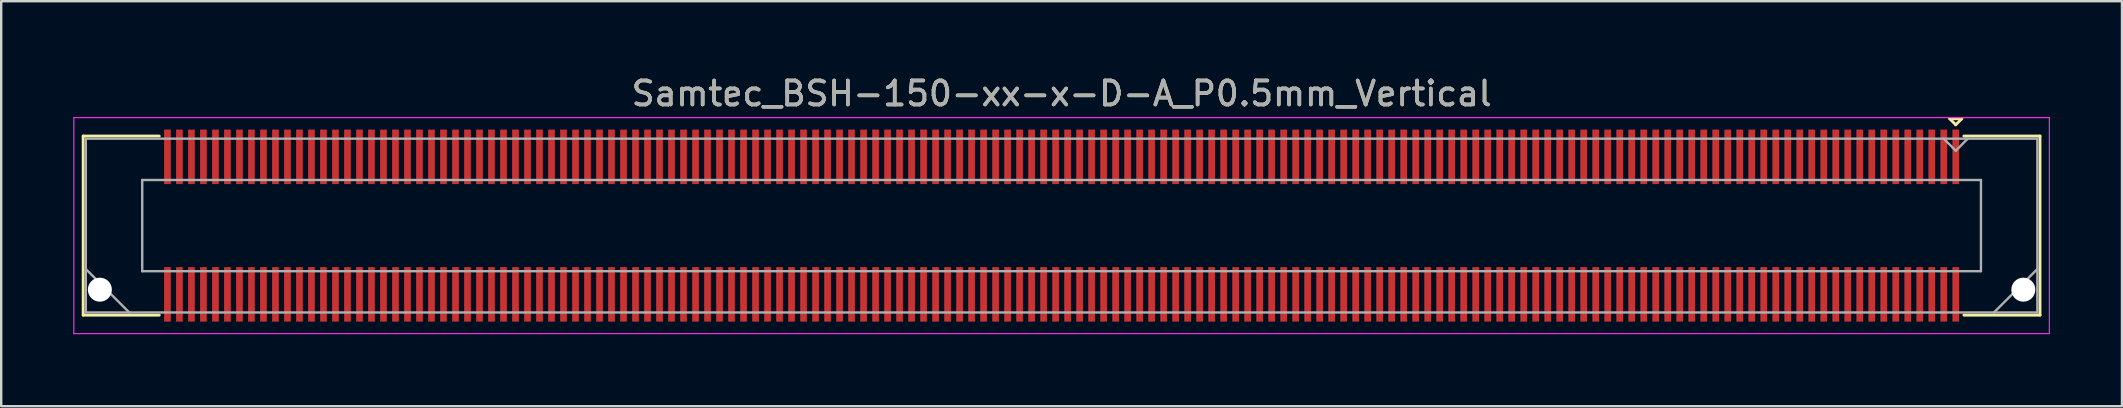
<source format=kicad_pcb>
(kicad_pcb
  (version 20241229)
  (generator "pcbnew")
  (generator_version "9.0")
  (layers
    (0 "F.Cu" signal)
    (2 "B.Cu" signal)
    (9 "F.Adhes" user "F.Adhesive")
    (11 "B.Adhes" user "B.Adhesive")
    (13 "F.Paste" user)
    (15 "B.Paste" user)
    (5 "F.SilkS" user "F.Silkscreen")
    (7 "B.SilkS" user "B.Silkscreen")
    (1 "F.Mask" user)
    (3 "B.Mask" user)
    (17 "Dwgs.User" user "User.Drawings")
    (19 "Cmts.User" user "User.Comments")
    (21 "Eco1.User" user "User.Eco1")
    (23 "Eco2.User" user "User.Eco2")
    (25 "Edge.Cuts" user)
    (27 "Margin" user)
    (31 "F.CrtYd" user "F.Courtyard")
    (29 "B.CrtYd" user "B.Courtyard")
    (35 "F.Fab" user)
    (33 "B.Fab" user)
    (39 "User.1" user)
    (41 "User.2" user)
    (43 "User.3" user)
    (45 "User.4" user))
  (footprint "Samtec_BSH-150-xx-x-D-A_P0.5mm_Vertical"
    (layer "F.Cu")
    (at 41.175 6.348)
    (property "Reference" "Samtec_BSH-150-xx-x-D-A_P0.5mm_Vertical" (at 0 -5.5 0) (layer "F.SilkS") (effects (font (size 1 1) (thickness 0.15))))
    (attr smd)
    (fp_line (start -40.76 -3.73) (end -37.59 -3.73) (stroke (width 0.12) (type solid)) (layer "F.SilkS"))
    (fp_line (start -40.76 3.73) (end -40.76 -3.73) (stroke (width 0.12) (type solid)) (layer "F.SilkS"))
    (fp_line (start -37.59 3.73) (end -40.76 3.73) (stroke (width 0.12) (type solid)) (layer "F.SilkS"))
    (fp_line (start 37 -4.45) (end 37.5 -4.45) (stroke (width 0.12) (type solid)) (layer "F.SilkS"))
    (fp_line (start 37.25 -4.2) (end 37 -4.45) (stroke (width 0.12) (type solid)) (layer "F.SilkS"))
    (fp_line (start 37.5 -4.45) (end 37.25 -4.2) (stroke (width 0.12) (type solid)) (layer "F.SilkS"))
    (fp_line (start 37.59 3.73) (end 40.76 3.73) (stroke (width 0.12) (type solid)) (layer "F.SilkS"))
    (fp_line (start 40.76 -3.73) (end 37.59 -3.73) (stroke (width 0.12) (type solid)) (layer "F.SilkS"))
    (fp_line (start 40.76 3.73) (end 40.76 -3.73) (stroke (width 0.12) (type solid)) (layer "F.SilkS"))
    (fp_line (start -41.15 -4.5) (end -41.15 4.5) (stroke (width 0.05) (type solid)) (layer "F.CrtYd"))
    (fp_line (start -41.15 4.5) (end 41.15 4.5) (stroke (width 0.05) (type solid)) (layer "F.CrtYd"))
    (fp_line (start 41.15 -4.5) (end -41.15 -4.5) (stroke (width 0.05) (type solid)) (layer "F.CrtYd"))
    (fp_line (start 41.15 4.5) (end 41.15 -4.5) (stroke (width 0.05) (type solid)) (layer "F.CrtYd"))
    (fp_line (start -40.65 -3.62) (end -40.65 3.62) (stroke (width 0.1) (type solid)) (layer "F.Fab"))
    (fp_line (start -40.65 1.81) (end -38.84 3.62) (stroke (width 0.1) (type solid)) (layer "F.Fab"))
    (fp_line (start -40.65 3.62) (end 40.65 3.62) (stroke (width 0.1) (type solid)) (layer "F.Fab"))
    (fp_line (start -38.3 -1.9) (end -38.3 1.9) (stroke (width 0.1) (type solid)) (layer "F.Fab"))
    (fp_line (start -38.3 1.9) (end 38.3 1.9) (stroke (width 0.1) (type solid)) (layer "F.Fab"))
    (fp_line (start 37.25 -3.12) (end 36.75 -3.62) (stroke (width 0.1) (type solid)) (layer "F.Fab"))
    (fp_line (start 37.75 -3.62) (end 37.25 -3.12) (stroke (width 0.1) (type solid)) (layer "F.Fab"))
    (fp_line (start 38.3 -1.9) (end -38.3 -1.9) (stroke (width 0.1) (type solid)) (layer "F.Fab"))
    (fp_line (start 38.3 1.9) (end 38.3 -1.9) (stroke (width 0.1) (type solid)) (layer "F.Fab"))
    (fp_line (start 40.65 -3.62) (end -40.65 -3.62) (stroke (width 0.1) (type solid)) (layer "F.Fab"))
    (fp_line (start 40.65 1.81) (end 38.84 3.62) (stroke (width 0.1) (type solid)) (layer "F.Fab"))
    (fp_line (start 40.65 3.62) (end 40.65 -3.62) (stroke (width 0.1) (type solid)) (layer "F.Fab"))
    (fp_text user "${REFERENCE}" (at 0 -5.5 0) (layer "F.Fab") (effects (font (size 1 1) (thickness 0.15))))
    (pad "" np_thru_hole circle (at -40.065 2.67) (size 1 1) (drill 1) (layers "*.Cu" "*.Mask"))
    (pad "" np_thru_hole circle (at 40.065 2.67) (size 1 1) (drill 1) (layers "*.Cu" "*.Mask"))
    (pad "1" smd rect (at 37.25 -2.865) (size 0.279 2.27) (layers "F.Cu" "F.Mask" "F.Paste"))
    (pad "2" smd rect (at 37.25 2.865) (size 0.279 2.27) (layers "F.Cu" "F.Mask" "F.Paste"))
    (pad "3" smd rect (at 36.75 -2.865) (size 0.279 2.27) (layers "F.Cu" "F.Mask" "F.Paste"))
    (pad "4" smd rect (at 36.75 2.865) (size 0.279 2.27) (layers "F.Cu" "F.Mask" "F.Paste"))
    (pad "5" smd rect (at 36.25 -2.865) (size 0.279 2.27) (layers "F.Cu" "F.Mask" "F.Paste"))
    (pad "6" smd rect (at 36.25 2.865) (size 0.279 2.27) (layers "F.Cu" "F.Mask" "F.Paste"))
    (pad "7" smd rect (at 35.75 -2.865) (size 0.279 2.27) (layers "F.Cu" "F.Mask" "F.Paste"))
    (pad "8" smd rect (at 35.75 2.865) (size 0.279 2.27) (layers "F.Cu" "F.Mask" "F.Paste"))
    (pad "9" smd rect (at 35.25 -2.865) (size 0.279 2.27) (layers "F.Cu" "F.Mask" "F.Paste"))
    (pad "10" smd rect (at 35.25 2.865) (size 0.279 2.27) (layers "F.Cu" "F.Mask" "F.Paste"))
    (pad "11" smd rect (at 34.75 -2.865) (size 0.279 2.27) (layers "F.Cu" "F.Mask" "F.Paste"))
    (pad "12" smd rect (at 34.75 2.865) (size 0.279 2.27) (layers "F.Cu" "F.Mask" "F.Paste"))
    (pad "13" smd rect (at 34.25 -2.865) (size 0.279 2.27) (layers "F.Cu" "F.Mask" "F.Paste"))
    (pad "14" smd rect (at 34.25 2.865) (size 0.279 2.27) (layers "F.Cu" "F.Mask" "F.Paste"))
    (pad "15" smd rect (at 33.75 -2.865) (size 0.279 2.27) (layers "F.Cu" "F.Mask" "F.Paste"))
    (pad "16" smd rect (at 33.75 2.865) (size 0.279 2.27) (layers "F.Cu" "F.Mask" "F.Paste"))
    (pad "17" smd rect (at 33.25 -2.865) (size 0.279 2.27) (layers "F.Cu" "F.Mask" "F.Paste"))
    (pad "18" smd rect (at 33.25 2.865) (size 0.279 2.27) (layers "F.Cu" "F.Mask" "F.Paste"))
    (pad "19" smd rect (at 32.75 -2.865) (size 0.279 2.27) (layers "F.Cu" "F.Mask" "F.Paste"))
    (pad "20" smd rect (at 32.75 2.865) (size 0.279 2.27) (layers "F.Cu" "F.Mask" "F.Paste"))
    (pad "21" smd rect (at 32.25 -2.865) (size 0.279 2.27) (layers "F.Cu" "F.Mask" "F.Paste"))
    (pad "22" smd rect (at 32.25 2.865) (size 0.279 2.27) (layers "F.Cu" "F.Mask" "F.Paste"))
    (pad "23" smd rect (at 31.75 -2.865) (size 0.279 2.27) (layers "F.Cu" "F.Mask" "F.Paste"))
    (pad "24" smd rect (at 31.75 2.865) (size 0.279 2.27) (layers "F.Cu" "F.Mask" "F.Paste"))
    (pad "25" smd rect (at 31.25 -2.865) (size 0.279 2.27) (layers "F.Cu" "F.Mask" "F.Paste"))
    (pad "26" smd rect (at 31.25 2.865) (size 0.279 2.27) (layers "F.Cu" "F.Mask" "F.Paste"))
    (pad "27" smd rect (at 30.75 -2.865) (size 0.279 2.27) (layers "F.Cu" "F.Mask" "F.Paste"))
    (pad "28" smd rect (at 30.75 2.865) (size 0.279 2.27) (layers "F.Cu" "F.Mask" "F.Paste"))
    (pad "29" smd rect (at 30.25 -2.865) (size 0.279 2.27) (layers "F.Cu" "F.Mask" "F.Paste"))
    (pad "30" smd rect (at 30.25 2.865) (size 0.279 2.27) (layers "F.Cu" "F.Mask" "F.Paste"))
    (pad "31" smd rect (at 29.75 -2.865) (size 0.279 2.27) (layers "F.Cu" "F.Mask" "F.Paste"))
    (pad "32" smd rect (at 29.75 2.865) (size 0.279 2.27) (layers "F.Cu" "F.Mask" "F.Paste"))
    (pad "33" smd rect (at 29.25 -2.865) (size 0.279 2.27) (layers "F.Cu" "F.Mask" "F.Paste"))
    (pad "34" smd rect (at 29.25 2.865) (size 0.279 2.27) (layers "F.Cu" "F.Mask" "F.Paste"))
    (pad "35" smd rect (at 28.75 -2.865) (size 0.279 2.27) (layers "F.Cu" "F.Mask" "F.Paste"))
    (pad "36" smd rect (at 28.75 2.865) (size 0.279 2.27) (layers "F.Cu" "F.Mask" "F.Paste"))
    (pad "37" smd rect (at 28.25 -2.865) (size 0.279 2.27) (layers "F.Cu" "F.Mask" "F.Paste"))
    (pad "38" smd rect (at 28.25 2.865) (size 0.279 2.27) (layers "F.Cu" "F.Mask" "F.Paste"))
    (pad "39" smd rect (at 27.75 -2.865) (size 0.279 2.27) (layers "F.Cu" "F.Mask" "F.Paste"))
    (pad "40" smd rect (at 27.75 2.865) (size 0.279 2.27) (layers "F.Cu" "F.Mask" "F.Paste"))
    (pad "41" smd rect (at 27.25 -2.865) (size 0.279 2.27) (layers "F.Cu" "F.Mask" "F.Paste"))
    (pad "42" smd rect (at 27.25 2.865) (size 0.279 2.27) (layers "F.Cu" "F.Mask" "F.Paste"))
    (pad "43" smd rect (at 26.75 -2.865) (size 0.279 2.27) (layers "F.Cu" "F.Mask" "F.Paste"))
    (pad "44" smd rect (at 26.75 2.865) (size 0.279 2.27) (layers "F.Cu" "F.Mask" "F.Paste"))
    (pad "45" smd rect (at 26.25 -2.865) (size 0.279 2.27) (layers "F.Cu" "F.Mask" "F.Paste"))
    (pad "46" smd rect (at 26.25 2.865) (size 0.279 2.27) (layers "F.Cu" "F.Mask" "F.Paste"))
    (pad "47" smd rect (at 25.75 -2.865) (size 0.279 2.27) (layers "F.Cu" "F.Mask" "F.Paste"))
    (pad "48" smd rect (at 25.75 2.865) (size 0.279 2.27) (layers "F.Cu" "F.Mask" "F.Paste"))
    (pad "49" smd rect (at 25.25 -2.865) (size 0.279 2.27) (layers "F.Cu" "F.Mask" "F.Paste"))
    (pad "50" smd rect (at 25.25 2.865) (size 0.279 2.27) (layers "F.Cu" "F.Mask" "F.Paste"))
    (pad "51" smd rect (at 24.75 -2.865) (size 0.279 2.27) (layers "F.Cu" "F.Mask" "F.Paste"))
    (pad "52" smd rect (at 24.75 2.865) (size 0.279 2.27) (layers "F.Cu" "F.Mask" "F.Paste"))
    (pad "53" smd rect (at 24.25 -2.865) (size 0.279 2.27) (layers "F.Cu" "F.Mask" "F.Paste"))
    (pad "54" smd rect (at 24.25 2.865) (size 0.279 2.27) (layers "F.Cu" "F.Mask" "F.Paste"))
    (pad "55" smd rect (at 23.75 -2.865) (size 0.279 2.27) (layers "F.Cu" "F.Mask" "F.Paste"))
    (pad "56" smd rect (at 23.75 2.865) (size 0.279 2.27) (layers "F.Cu" "F.Mask" "F.Paste"))
    (pad "57" smd rect (at 23.25 -2.865) (size 0.279 2.27) (layers "F.Cu" "F.Mask" "F.Paste"))
    (pad "58" smd rect (at 23.25 2.865) (size 0.279 2.27) (layers "F.Cu" "F.Mask" "F.Paste"))
    (pad "59" smd rect (at 22.75 -2.865) (size 0.279 2.27) (layers "F.Cu" "F.Mask" "F.Paste"))
    (pad "60" smd rect (at 22.75 2.865) (size 0.279 2.27) (layers "F.Cu" "F.Mask" "F.Paste"))
    (pad "61" smd rect (at 22.25 -2.865) (size 0.279 2.27) (layers "F.Cu" "F.Mask" "F.Paste"))
    (pad "62" smd rect (at 22.25 2.865) (size 0.279 2.27) (layers "F.Cu" "F.Mask" "F.Paste"))
    (pad "63" smd rect (at 21.75 -2.865) (size 0.279 2.27) (layers "F.Cu" "F.Mask" "F.Paste"))
    (pad "64" smd rect (at 21.75 2.865) (size 0.279 2.27) (layers "F.Cu" "F.Mask" "F.Paste"))
    (pad "65" smd rect (at 21.25 -2.865) (size 0.279 2.27) (layers "F.Cu" "F.Mask" "F.Paste"))
    (pad "66" smd rect (at 21.25 2.865) (size 0.279 2.27) (layers "F.Cu" "F.Mask" "F.Paste"))
    (pad "67" smd rect (at 20.75 -2.865) (size 0.279 2.27) (layers "F.Cu" "F.Mask" "F.Paste"))
    (pad "68" smd rect (at 20.75 2.865) (size 0.279 2.27) (layers "F.Cu" "F.Mask" "F.Paste"))
    (pad "69" smd rect (at 20.25 -2.865) (size 0.279 2.27) (layers "F.Cu" "F.Mask" "F.Paste"))
    (pad "70" smd rect (at 20.25 2.865) (size 0.279 2.27) (layers "F.Cu" "F.Mask" "F.Paste"))
    (pad "71" smd rect (at 19.75 -2.865) (size 0.279 2.27) (layers "F.Cu" "F.Mask" "F.Paste"))
    (pad "72" smd rect (at 19.75 2.865) (size 0.279 2.27) (layers "F.Cu" "F.Mask" "F.Paste"))
    (pad "73" smd rect (at 19.25 -2.865) (size 0.279 2.27) (layers "F.Cu" "F.Mask" "F.Paste"))
    (pad "74" smd rect (at 19.25 2.865) (size 0.279 2.27) (layers "F.Cu" "F.Mask" "F.Paste"))
    (pad "75" smd rect (at 18.75 -2.865) (size 0.279 2.27) (layers "F.Cu" "F.Mask" "F.Paste"))
    (pad "76" smd rect (at 18.75 2.865) (size 0.279 2.27) (layers "F.Cu" "F.Mask" "F.Paste"))
    (pad "77" smd rect (at 18.25 -2.865) (size 0.279 2.27) (layers "F.Cu" "F.Mask" "F.Paste"))
    (pad "78" smd rect (at 18.25 2.865) (size 0.279 2.27) (layers "F.Cu" "F.Mask" "F.Paste"))
    (pad "79" smd rect (at 17.75 -2.865) (size 0.279 2.27) (layers "F.Cu" "F.Mask" "F.Paste"))
    (pad "80" smd rect (at 17.75 2.865) (size 0.279 2.27) (layers "F.Cu" "F.Mask" "F.Paste"))
    (pad "81" smd rect (at 17.25 -2.865) (size 0.279 2.27) (layers "F.Cu" "F.Mask" "F.Paste"))
    (pad "82" smd rect (at 17.25 2.865) (size 0.279 2.27) (layers "F.Cu" "F.Mask" "F.Paste"))
    (pad "83" smd rect (at 16.75 -2.865) (size 0.279 2.27) (layers "F.Cu" "F.Mask" "F.Paste"))
    (pad "84" smd rect (at 16.75 2.865) (size 0.279 2.27) (layers "F.Cu" "F.Mask" "F.Paste"))
    (pad "85" smd rect (at 16.25 -2.865) (size 0.279 2.27) (layers "F.Cu" "F.Mask" "F.Paste"))
    (pad "86" smd rect (at 16.25 2.865) (size 0.279 2.27) (layers "F.Cu" "F.Mask" "F.Paste"))
    (pad "87" smd rect (at 15.75 -2.865) (size 0.279 2.27) (layers "F.Cu" "F.Mask" "F.Paste"))
    (pad "88" smd rect (at 15.75 2.865) (size 0.279 2.27) (layers "F.Cu" "F.Mask" "F.Paste"))
    (pad "89" smd rect (at 15.25 -2.865) (size 0.279 2.27) (layers "F.Cu" "F.Mask" "F.Paste"))
    (pad "90" smd rect (at 15.25 2.865) (size 0.279 2.27) (layers "F.Cu" "F.Mask" "F.Paste"))
    (pad "91" smd rect (at 14.75 -2.865) (size 0.279 2.27) (layers "F.Cu" "F.Mask" "F.Paste"))
    (pad "92" smd rect (at 14.75 2.865) (size 0.279 2.27) (layers "F.Cu" "F.Mask" "F.Paste"))
    (pad "93" smd rect (at 14.25 -2.865) (size 0.279 2.27) (layers "F.Cu" "F.Mask" "F.Paste"))
    (pad "94" smd rect (at 14.25 2.865) (size 0.279 2.27) (layers "F.Cu" "F.Mask" "F.Paste"))
    (pad "95" smd rect (at 13.75 -2.865) (size 0.279 2.27) (layers "F.Cu" "F.Mask" "F.Paste"))
    (pad "96" smd rect (at 13.75 2.865) (size 0.279 2.27) (layers "F.Cu" "F.Mask" "F.Paste"))
    (pad "97" smd rect (at 13.25 -2.865) (size 0.279 2.27) (layers "F.Cu" "F.Mask" "F.Paste"))
    (pad "98" smd rect (at 13.25 2.865) (size 0.279 2.27) (layers "F.Cu" "F.Mask" "F.Paste"))
    (pad "99" smd rect (at 12.75 -2.865) (size 0.279 2.27) (layers "F.Cu" "F.Mask" "F.Paste"))
    (pad "100" smd rect (at 12.75 2.865) (size 0.279 2.27) (layers "F.Cu" "F.Mask" "F.Paste"))
    (pad "101" smd rect (at 12.25 -2.865) (size 0.279 2.27) (layers "F.Cu" "F.Mask" "F.Paste"))
    (pad "102" smd rect (at 12.25 2.865) (size 0.279 2.27) (layers "F.Cu" "F.Mask" "F.Paste"))
    (pad "103" smd rect (at 11.75 -2.865) (size 0.279 2.27) (layers "F.Cu" "F.Mask" "F.Paste"))
    (pad "104" smd rect (at 11.75 2.865) (size 0.279 2.27) (layers "F.Cu" "F.Mask" "F.Paste"))
    (pad "105" smd rect (at 11.25 -2.865) (size 0.279 2.27) (layers "F.Cu" "F.Mask" "F.Paste"))
    (pad "106" smd rect (at 11.25 2.865) (size 0.279 2.27) (layers "F.Cu" "F.Mask" "F.Paste"))
    (pad "107" smd rect (at 10.75 -2.865) (size 0.279 2.27) (layers "F.Cu" "F.Mask" "F.Paste"))
    (pad "108" smd rect (at 10.75 2.865) (size 0.279 2.27) (layers "F.Cu" "F.Mask" "F.Paste"))
    (pad "109" smd rect (at 10.25 -2.865) (size 0.279 2.27) (layers "F.Cu" "F.Mask" "F.Paste"))
    (pad "110" smd rect (at 10.25 2.865) (size 0.279 2.27) (layers "F.Cu" "F.Mask" "F.Paste"))
    (pad "111" smd rect (at 9.75 -2.865) (size 0.279 2.27) (layers "F.Cu" "F.Mask" "F.Paste"))
    (pad "112" smd rect (at 9.75 2.865) (size 0.279 2.27) (layers "F.Cu" "F.Mask" "F.Paste"))
    (pad "113" smd rect (at 9.25 -2.865) (size 0.279 2.27) (layers "F.Cu" "F.Mask" "F.Paste"))
    (pad "114" smd rect (at 9.25 2.865) (size 0.279 2.27) (layers "F.Cu" "F.Mask" "F.Paste"))
    (pad "115" smd rect (at 8.75 -2.865) (size 0.279 2.27) (layers "F.Cu" "F.Mask" "F.Paste"))
    (pad "116" smd rect (at 8.75 2.865) (size 0.279 2.27) (layers "F.Cu" "F.Mask" "F.Paste"))
    (pad "117" smd rect (at 8.25 -2.865) (size 0.279 2.27) (layers "F.Cu" "F.Mask" "F.Paste"))
    (pad "118" smd rect (at 8.25 2.865) (size 0.279 2.27) (layers "F.Cu" "F.Mask" "F.Paste"))
    (pad "119" smd rect (at 7.75 -2.865) (size 0.279 2.27) (layers "F.Cu" "F.Mask" "F.Paste"))
    (pad "120" smd rect (at 7.75 2.865) (size 0.279 2.27) (layers "F.Cu" "F.Mask" "F.Paste"))
    (pad "121" smd rect (at 7.25 -2.865) (size 0.279 2.27) (layers "F.Cu" "F.Mask" "F.Paste"))
    (pad "122" smd rect (at 7.25 2.865) (size 0.279 2.27) (layers "F.Cu" "F.Mask" "F.Paste"))
    (pad "123" smd rect (at 6.75 -2.865) (size 0.279 2.27) (layers "F.Cu" "F.Mask" "F.Paste"))
    (pad "124" smd rect (at 6.75 2.865) (size 0.279 2.27) (layers "F.Cu" "F.Mask" "F.Paste"))
    (pad "125" smd rect (at 6.25 -2.865) (size 0.279 2.27) (layers "F.Cu" "F.Mask" "F.Paste"))
    (pad "126" smd rect (at 6.25 2.865) (size 0.279 2.27) (layers "F.Cu" "F.Mask" "F.Paste"))
    (pad "127" smd rect (at 5.75 -2.865) (size 0.279 2.27) (layers "F.Cu" "F.Mask" "F.Paste"))
    (pad "128" smd rect (at 5.75 2.865) (size 0.279 2.27) (layers "F.Cu" "F.Mask" "F.Paste"))
    (pad "129" smd rect (at 5.25 -2.865) (size 0.279 2.27) (layers "F.Cu" "F.Mask" "F.Paste"))
    (pad "130" smd rect (at 5.25 2.865) (size 0.279 2.27) (layers "F.Cu" "F.Mask" "F.Paste"))
    (pad "131" smd rect (at 4.75 -2.865) (size 0.279 2.27) (layers "F.Cu" "F.Mask" "F.Paste"))
    (pad "132" smd rect (at 4.75 2.865) (size 0.279 2.27) (layers "F.Cu" "F.Mask" "F.Paste"))
    (pad "133" smd rect (at 4.25 -2.865) (size 0.279 2.27) (layers "F.Cu" "F.Mask" "F.Paste"))
    (pad "134" smd rect (at 4.25 2.865) (size 0.279 2.27) (layers "F.Cu" "F.Mask" "F.Paste"))
    (pad "135" smd rect (at 3.75 -2.865) (size 0.279 2.27) (layers "F.Cu" "F.Mask" "F.Paste"))
    (pad "136" smd rect (at 3.75 2.865) (size 0.279 2.27) (layers "F.Cu" "F.Mask" "F.Paste"))
    (pad "137" smd rect (at 3.25 -2.865) (size 0.279 2.27) (layers "F.Cu" "F.Mask" "F.Paste"))
    (pad "138" smd rect (at 3.25 2.865) (size 0.279 2.27) (layers "F.Cu" "F.Mask" "F.Paste"))
    (pad "139" smd rect (at 2.75 -2.865) (size 0.279 2.27) (layers "F.Cu" "F.Mask" "F.Paste"))
    (pad "140" smd rect (at 2.75 2.865) (size 0.279 2.27) (layers "F.Cu" "F.Mask" "F.Paste"))
    (pad "141" smd rect (at 2.25 -2.865) (size 0.279 2.27) (layers "F.Cu" "F.Mask" "F.Paste"))
    (pad "142" smd rect (at 2.25 2.865) (size 0.279 2.27) (layers "F.Cu" "F.Mask" "F.Paste"))
    (pad "143" smd rect (at 1.75 -2.865) (size 0.279 2.27) (layers "F.Cu" "F.Mask" "F.Paste"))
    (pad "144" smd rect (at 1.75 2.865) (size 0.279 2.27) (layers "F.Cu" "F.Mask" "F.Paste"))
    (pad "145" smd rect (at 1.25 -2.865) (size 0.279 2.27) (layers "F.Cu" "F.Mask" "F.Paste"))
    (pad "146" smd rect (at 1.25 2.865) (size 0.279 2.27) (layers "F.Cu" "F.Mask" "F.Paste"))
    (pad "147" smd rect (at 0.75 -2.865) (size 0.279 2.27) (layers "F.Cu" "F.Mask" "F.Paste"))
    (pad "148" smd rect (at 0.75 2.865) (size 0.279 2.27) (layers "F.Cu" "F.Mask" "F.Paste"))
    (pad "149" smd rect (at 0.25 -2.865) (size 0.279 2.27) (layers "F.Cu" "F.Mask" "F.Paste"))
    (pad "150" smd rect (at 0.25 2.865) (size 0.279 2.27) (layers "F.Cu" "F.Mask" "F.Paste"))
    (pad "151" smd rect (at -0.25 -2.865) (size 0.279 2.27) (layers "F.Cu" "F.Mask" "F.Paste"))
    (pad "152" smd rect (at -0.25 2.865) (size 0.279 2.27) (layers "F.Cu" "F.Mask" "F.Paste"))
    (pad "153" smd rect (at -0.75 -2.865) (size 0.279 2.27) (layers "F.Cu" "F.Mask" "F.Paste"))
    (pad "154" smd rect (at -0.75 2.865) (size 0.279 2.27) (layers "F.Cu" "F.Mask" "F.Paste"))
    (pad "155" smd rect (at -1.25 -2.865) (size 0.279 2.27) (layers "F.Cu" "F.Mask" "F.Paste"))
    (pad "156" smd rect (at -1.25 2.865) (size 0.279 2.27) (layers "F.Cu" "F.Mask" "F.Paste"))
    (pad "157" smd rect (at -1.75 -2.865) (size 0.279 2.27) (layers "F.Cu" "F.Mask" "F.Paste"))
    (pad "158" smd rect (at -1.75 2.865) (size 0.279 2.27) (layers "F.Cu" "F.Mask" "F.Paste"))
    (pad "159" smd rect (at -2.25 -2.865) (size 0.279 2.27) (layers "F.Cu" "F.Mask" "F.Paste"))
    (pad "160" smd rect (at -2.25 2.865) (size 0.279 2.27) (layers "F.Cu" "F.Mask" "F.Paste"))
    (pad "161" smd rect (at -2.75 -2.865) (size 0.279 2.27) (layers "F.Cu" "F.Mask" "F.Paste"))
    (pad "162" smd rect (at -2.75 2.865) (size 0.279 2.27) (layers "F.Cu" "F.Mask" "F.Paste"))
    (pad "163" smd rect (at -3.25 -2.865) (size 0.279 2.27) (layers "F.Cu" "F.Mask" "F.Paste"))
    (pad "164" smd rect (at -3.25 2.865) (size 0.279 2.27) (layers "F.Cu" "F.Mask" "F.Paste"))
    (pad "165" smd rect (at -3.75 -2.865) (size 0.279 2.27) (layers "F.Cu" "F.Mask" "F.Paste"))
    (pad "166" smd rect (at -3.75 2.865) (size 0.279 2.27) (layers "F.Cu" "F.Mask" "F.Paste"))
    (pad "167" smd rect (at -4.25 -2.865) (size 0.279 2.27) (layers "F.Cu" "F.Mask" "F.Paste"))
    (pad "168" smd rect (at -4.25 2.865) (size 0.279 2.27) (layers "F.Cu" "F.Mask" "F.Paste"))
    (pad "169" smd rect (at -4.75 -2.865) (size 0.279 2.27) (layers "F.Cu" "F.Mask" "F.Paste"))
    (pad "170" smd rect (at -4.75 2.865) (size 0.279 2.27) (layers "F.Cu" "F.Mask" "F.Paste"))
    (pad "171" smd rect (at -5.25 -2.865) (size 0.279 2.27) (layers "F.Cu" "F.Mask" "F.Paste"))
    (pad "172" smd rect (at -5.25 2.865) (size 0.279 2.27) (layers "F.Cu" "F.Mask" "F.Paste"))
    (pad "173" smd rect (at -5.75 -2.865) (size 0.279 2.27) (layers "F.Cu" "F.Mask" "F.Paste"))
    (pad "174" smd rect (at -5.75 2.865) (size 0.279 2.27) (layers "F.Cu" "F.Mask" "F.Paste"))
    (pad "175" smd rect (at -6.25 -2.865) (size 0.279 2.27) (layers "F.Cu" "F.Mask" "F.Paste"))
    (pad "176" smd rect (at -6.25 2.865) (size 0.279 2.27) (layers "F.Cu" "F.Mask" "F.Paste"))
    (pad "177" smd rect (at -6.75 -2.865) (size 0.279 2.27) (layers "F.Cu" "F.Mask" "F.Paste"))
    (pad "178" smd rect (at -6.75 2.865) (size 0.279 2.27) (layers "F.Cu" "F.Mask" "F.Paste"))
    (pad "179" smd rect (at -7.25 -2.865) (size 0.279 2.27) (layers "F.Cu" "F.Mask" "F.Paste"))
    (pad "180" smd rect (at -7.25 2.865) (size 0.279 2.27) (layers "F.Cu" "F.Mask" "F.Paste"))
    (pad "181" smd rect (at -7.75 -2.865) (size 0.279 2.27) (layers "F.Cu" "F.Mask" "F.Paste"))
    (pad "182" smd rect (at -7.75 2.865) (size 0.279 2.27) (layers "F.Cu" "F.Mask" "F.Paste"))
    (pad "183" smd rect (at -8.25 -2.865) (size 0.279 2.27) (layers "F.Cu" "F.Mask" "F.Paste"))
    (pad "184" smd rect (at -8.25 2.865) (size 0.279 2.27) (layers "F.Cu" "F.Mask" "F.Paste"))
    (pad "185" smd rect (at -8.75 -2.865) (size 0.279 2.27) (layers "F.Cu" "F.Mask" "F.Paste"))
    (pad "186" smd rect (at -8.75 2.865) (size 0.279 2.27) (layers "F.Cu" "F.Mask" "F.Paste"))
    (pad "187" smd rect (at -9.25 -2.865) (size 0.279 2.27) (layers "F.Cu" "F.Mask" "F.Paste"))
    (pad "188" smd rect (at -9.25 2.865) (size 0.279 2.27) (layers "F.Cu" "F.Mask" "F.Paste"))
    (pad "189" smd rect (at -9.75 -2.865) (size 0.279 2.27) (layers "F.Cu" "F.Mask" "F.Paste"))
    (pad "190" smd rect (at -9.75 2.865) (size 0.279 2.27) (layers "F.Cu" "F.Mask" "F.Paste"))
    (pad "191" smd rect (at -10.25 -2.865) (size 0.279 2.27) (layers "F.Cu" "F.Mask" "F.Paste"))
    (pad "192" smd rect (at -10.25 2.865) (size 0.279 2.27) (layers "F.Cu" "F.Mask" "F.Paste"))
    (pad "193" smd rect (at -10.75 -2.865) (size 0.279 2.27) (layers "F.Cu" "F.Mask" "F.Paste"))
    (pad "194" smd rect (at -10.75 2.865) (size 0.279 2.27) (layers "F.Cu" "F.Mask" "F.Paste"))
    (pad "195" smd rect (at -11.25 -2.865) (size 0.279 2.27) (layers "F.Cu" "F.Mask" "F.Paste"))
    (pad "196" smd rect (at -11.25 2.865) (size 0.279 2.27) (layers "F.Cu" "F.Mask" "F.Paste"))
    (pad "197" smd rect (at -11.75 -2.865) (size 0.279 2.27) (layers "F.Cu" "F.Mask" "F.Paste"))
    (pad "198" smd rect (at -11.75 2.865) (size 0.279 2.27) (layers "F.Cu" "F.Mask" "F.Paste"))
    (pad "199" smd rect (at -12.25 -2.865) (size 0.279 2.27) (layers "F.Cu" "F.Mask" "F.Paste"))
    (pad "200" smd rect (at -12.25 2.865) (size 0.279 2.27) (layers "F.Cu" "F.Mask" "F.Paste"))
    (pad "201" smd rect (at -12.75 -2.865) (size 0.279 2.27) (layers "F.Cu" "F.Mask" "F.Paste"))
    (pad "202" smd rect (at -12.75 2.865) (size 0.279 2.27) (layers "F.Cu" "F.Mask" "F.Paste"))
    (pad "203" smd rect (at -13.25 -2.865) (size 0.279 2.27) (layers "F.Cu" "F.Mask" "F.Paste"))
    (pad "204" smd rect (at -13.25 2.865) (size 0.279 2.27) (layers "F.Cu" "F.Mask" "F.Paste"))
    (pad "205" smd rect (at -13.75 -2.865) (size 0.279 2.27) (layers "F.Cu" "F.Mask" "F.Paste"))
    (pad "206" smd rect (at -13.75 2.865) (size 0.279 2.27) (layers "F.Cu" "F.Mask" "F.Paste"))
    (pad "207" smd rect (at -14.25 -2.865) (size 0.279 2.27) (layers "F.Cu" "F.Mask" "F.Paste"))
    (pad "208" smd rect (at -14.25 2.865) (size 0.279 2.27) (layers "F.Cu" "F.Mask" "F.Paste"))
    (pad "209" smd rect (at -14.75 -2.865) (size 0.279 2.27) (layers "F.Cu" "F.Mask" "F.Paste"))
    (pad "210" smd rect (at -14.75 2.865) (size 0.279 2.27) (layers "F.Cu" "F.Mask" "F.Paste"))
    (pad "211" smd rect (at -15.25 -2.865) (size 0.279 2.27) (layers "F.Cu" "F.Mask" "F.Paste"))
    (pad "212" smd rect (at -15.25 2.865) (size 0.279 2.27) (layers "F.Cu" "F.Mask" "F.Paste"))
    (pad "213" smd rect (at -15.75 -2.865) (size 0.279 2.27) (layers "F.Cu" "F.Mask" "F.Paste"))
    (pad "214" smd rect (at -15.75 2.865) (size 0.279 2.27) (layers "F.Cu" "F.Mask" "F.Paste"))
    (pad "215" smd rect (at -16.25 -2.865) (size 0.279 2.27) (layers "F.Cu" "F.Mask" "F.Paste"))
    (pad "216" smd rect (at -16.25 2.865) (size 0.279 2.27) (layers "F.Cu" "F.Mask" "F.Paste"))
    (pad "217" smd rect (at -16.75 -2.865) (size 0.279 2.27) (layers "F.Cu" "F.Mask" "F.Paste"))
    (pad "218" smd rect (at -16.75 2.865) (size 0.279 2.27) (layers "F.Cu" "F.Mask" "F.Paste"))
    (pad "219" smd rect (at -17.25 -2.865) (size 0.279 2.27) (layers "F.Cu" "F.Mask" "F.Paste"))
    (pad "220" smd rect (at -17.25 2.865) (size 0.279 2.27) (layers "F.Cu" "F.Mask" "F.Paste"))
    (pad "221" smd rect (at -17.75 -2.865) (size 0.279 2.27) (layers "F.Cu" "F.Mask" "F.Paste"))
    (pad "222" smd rect (at -17.75 2.865) (size 0.279 2.27) (layers "F.Cu" "F.Mask" "F.Paste"))
    (pad "223" smd rect (at -18.25 -2.865) (size 0.279 2.27) (layers "F.Cu" "F.Mask" "F.Paste"))
    (pad "224" smd rect (at -18.25 2.865) (size 0.279 2.27) (layers "F.Cu" "F.Mask" "F.Paste"))
    (pad "225" smd rect (at -18.75 -2.865) (size 0.279 2.27) (layers "F.Cu" "F.Mask" "F.Paste"))
    (pad "226" smd rect (at -18.75 2.865) (size 0.279 2.27) (layers "F.Cu" "F.Mask" "F.Paste"))
    (pad "227" smd rect (at -19.25 -2.865) (size 0.279 2.27) (layers "F.Cu" "F.Mask" "F.Paste"))
    (pad "228" smd rect (at -19.25 2.865) (size 0.279 2.27) (layers "F.Cu" "F.Mask" "F.Paste"))
    (pad "229" smd rect (at -19.75 -2.865) (size 0.279 2.27) (layers "F.Cu" "F.Mask" "F.Paste"))
    (pad "230" smd rect (at -19.75 2.865) (size 0.279 2.27) (layers "F.Cu" "F.Mask" "F.Paste"))
    (pad "231" smd rect (at -20.25 -2.865) (size 0.279 2.27) (layers "F.Cu" "F.Mask" "F.Paste"))
    (pad "232" smd rect (at -20.25 2.865) (size 0.279 2.27) (layers "F.Cu" "F.Mask" "F.Paste"))
    (pad "233" smd rect (at -20.75 -2.865) (size 0.279 2.27) (layers "F.Cu" "F.Mask" "F.Paste"))
    (pad "234" smd rect (at -20.75 2.865) (size 0.279 2.27) (layers "F.Cu" "F.Mask" "F.Paste"))
    (pad "235" smd rect (at -21.25 -2.865) (size 0.279 2.27) (layers "F.Cu" "F.Mask" "F.Paste"))
    (pad "236" smd rect (at -21.25 2.865) (size 0.279 2.27) (layers "F.Cu" "F.Mask" "F.Paste"))
    (pad "237" smd rect (at -21.75 -2.865) (size 0.279 2.27) (layers "F.Cu" "F.Mask" "F.Paste"))
    (pad "238" smd rect (at -21.75 2.865) (size 0.279 2.27) (layers "F.Cu" "F.Mask" "F.Paste"))
    (pad "239" smd rect (at -22.25 -2.865) (size 0.279 2.27) (layers "F.Cu" "F.Mask" "F.Paste"))
    (pad "240" smd rect (at -22.25 2.865) (size 0.279 2.27) (layers "F.Cu" "F.Mask" "F.Paste"))
    (pad "241" smd rect (at -22.75 -2.865) (size 0.279 2.27) (layers "F.Cu" "F.Mask" "F.Paste"))
    (pad "242" smd rect (at -22.75 2.865) (size 0.279 2.27) (layers "F.Cu" "F.Mask" "F.Paste"))
    (pad "243" smd rect (at -23.25 -2.865) (size 0.279 2.27) (layers "F.Cu" "F.Mask" "F.Paste"))
    (pad "244" smd rect (at -23.25 2.865) (size 0.279 2.27) (layers "F.Cu" "F.Mask" "F.Paste"))
    (pad "245" smd rect (at -23.75 -2.865) (size 0.279 2.27) (layers "F.Cu" "F.Mask" "F.Paste"))
    (pad "246" smd rect (at -23.75 2.865) (size 0.279 2.27) (layers "F.Cu" "F.Mask" "F.Paste"))
    (pad "247" smd rect (at -24.25 -2.865) (size 0.279 2.27) (layers "F.Cu" "F.Mask" "F.Paste"))
    (pad "248" smd rect (at -24.25 2.865) (size 0.279 2.27) (layers "F.Cu" "F.Mask" "F.Paste"))
    (pad "249" smd rect (at -24.75 -2.865) (size 0.279 2.27) (layers "F.Cu" "F.Mask" "F.Paste"))
    (pad "250" smd rect (at -24.75 2.865) (size 0.279 2.27) (layers "F.Cu" "F.Mask" "F.Paste"))
    (pad "251" smd rect (at -25.25 -2.865) (size 0.279 2.27) (layers "F.Cu" "F.Mask" "F.Paste"))
    (pad "252" smd rect (at -25.25 2.865) (size 0.279 2.27) (layers "F.Cu" "F.Mask" "F.Paste"))
    (pad "253" smd rect (at -25.75 -2.865) (size 0.279 2.27) (layers "F.Cu" "F.Mask" "F.Paste"))
    (pad "254" smd rect (at -25.75 2.865) (size 0.279 2.27) (layers "F.Cu" "F.Mask" "F.Paste"))
    (pad "255" smd rect (at -26.25 -2.865) (size 0.279 2.27) (layers "F.Cu" "F.Mask" "F.Paste"))
    (pad "256" smd rect (at -26.25 2.865) (size 0.279 2.27) (layers "F.Cu" "F.Mask" "F.Paste"))
    (pad "257" smd rect (at -26.75 -2.865) (size 0.279 2.27) (layers "F.Cu" "F.Mask" "F.Paste"))
    (pad "258" smd rect (at -26.75 2.865) (size 0.279 2.27) (layers "F.Cu" "F.Mask" "F.Paste"))
    (pad "259" smd rect (at -27.25 -2.865) (size 0.279 2.27) (layers "F.Cu" "F.Mask" "F.Paste"))
    (pad "260" smd rect (at -27.25 2.865) (size 0.279 2.27) (layers "F.Cu" "F.Mask" "F.Paste"))
    (pad "261" smd rect (at -27.75 -2.865) (size 0.279 2.27) (layers "F.Cu" "F.Mask" "F.Paste"))
    (pad "262" smd rect (at -27.75 2.865) (size 0.279 2.27) (layers "F.Cu" "F.Mask" "F.Paste"))
    (pad "263" smd rect (at -28.25 -2.865) (size 0.279 2.27) (layers "F.Cu" "F.Mask" "F.Paste"))
    (pad "264" smd rect (at -28.25 2.865) (size 0.279 2.27) (layers "F.Cu" "F.Mask" "F.Paste"))
    (pad "265" smd rect (at -28.75 -2.865) (size 0.279 2.27) (layers "F.Cu" "F.Mask" "F.Paste"))
    (pad "266" smd rect (at -28.75 2.865) (size 0.279 2.27) (layers "F.Cu" "F.Mask" "F.Paste"))
    (pad "267" smd rect (at -29.25 -2.865) (size 0.279 2.27) (layers "F.Cu" "F.Mask" "F.Paste"))
    (pad "268" smd rect (at -29.25 2.865) (size 0.279 2.27) (layers "F.Cu" "F.Mask" "F.Paste"))
    (pad "269" smd rect (at -29.75 -2.865) (size 0.279 2.27) (layers "F.Cu" "F.Mask" "F.Paste"))
    (pad "270" smd rect (at -29.75 2.865) (size 0.279 2.27) (layers "F.Cu" "F.Mask" "F.Paste"))
    (pad "271" smd rect (at -30.25 -2.865) (size 0.279 2.27) (layers "F.Cu" "F.Mask" "F.Paste"))
    (pad "272" smd rect (at -30.25 2.865) (size 0.279 2.27) (layers "F.Cu" "F.Mask" "F.Paste"))
    (pad "273" smd rect (at -30.75 -2.865) (size 0.279 2.27) (layers "F.Cu" "F.Mask" "F.Paste"))
    (pad "274" smd rect (at -30.75 2.865) (size 0.279 2.27) (layers "F.Cu" "F.Mask" "F.Paste"))
    (pad "275" smd rect (at -31.25 -2.865) (size 0.279 2.27) (layers "F.Cu" "F.Mask" "F.Paste"))
    (pad "276" smd rect (at -31.25 2.865) (size 0.279 2.27) (layers "F.Cu" "F.Mask" "F.Paste"))
    (pad "277" smd rect (at -31.75 -2.865) (size 0.279 2.27) (layers "F.Cu" "F.Mask" "F.Paste"))
    (pad "278" smd rect (at -31.75 2.865) (size 0.279 2.27) (layers "F.Cu" "F.Mask" "F.Paste"))
    (pad "279" smd rect (at -32.25 -2.865) (size 0.279 2.27) (layers "F.Cu" "F.Mask" "F.Paste"))
    (pad "280" smd rect (at -32.25 2.865) (size 0.279 2.27) (layers "F.Cu" "F.Mask" "F.Paste"))
    (pad "281" smd rect (at -32.75 -2.865) (size 0.279 2.27) (layers "F.Cu" "F.Mask" "F.Paste"))
    (pad "282" smd rect (at -32.75 2.865) (size 0.279 2.27) (layers "F.Cu" "F.Mask" "F.Paste"))
    (pad "283" smd rect (at -33.25 -2.865) (size 0.279 2.27) (layers "F.Cu" "F.Mask" "F.Paste"))
    (pad "284" smd rect (at -33.25 2.865) (size 0.279 2.27) (layers "F.Cu" "F.Mask" "F.Paste"))
    (pad "285" smd rect (at -33.75 -2.865) (size 0.279 2.27) (layers "F.Cu" "F.Mask" "F.Paste"))
    (pad "286" smd rect (at -33.75 2.865) (size 0.279 2.27) (layers "F.Cu" "F.Mask" "F.Paste"))
    (pad "287" smd rect (at -34.25 -2.865) (size 0.279 2.27) (layers "F.Cu" "F.Mask" "F.Paste"))
    (pad "288" smd rect (at -34.25 2.865) (size 0.279 2.27) (layers "F.Cu" "F.Mask" "F.Paste"))
    (pad "289" smd rect (at -34.75 -2.865) (size 0.279 2.27) (layers "F.Cu" "F.Mask" "F.Paste"))
    (pad "290" smd rect (at -34.75 2.865) (size 0.279 2.27) (layers "F.Cu" "F.Mask" "F.Paste"))
    (pad "291" smd rect (at -35.25 -2.865) (size 0.279 2.27) (layers "F.Cu" "F.Mask" "F.Paste"))
    (pad "292" smd rect (at -35.25 2.865) (size 0.279 2.27) (layers "F.Cu" "F.Mask" "F.Paste"))
    (pad "293" smd rect (at -35.75 -2.865) (size 0.279 2.27) (layers "F.Cu" "F.Mask" "F.Paste"))
    (pad "294" smd rect (at -35.75 2.865) (size 0.279 2.27) (layers "F.Cu" "F.Mask" "F.Paste"))
    (pad "295" smd rect (at -36.25 -2.865) (size 0.279 2.27) (layers "F.Cu" "F.Mask" "F.Paste"))
    (pad "296" smd rect (at -36.25 2.865) (size 0.279 2.27) (layers "F.Cu" "F.Mask" "F.Paste"))
    (pad "297" smd rect (at -36.75 -2.865) (size 0.279 2.27) (layers "F.Cu" "F.Mask" "F.Paste"))
    (pad "298" smd rect (at -36.75 2.865) (size 0.279 2.27) (layers "F.Cu" "F.Mask" "F.Paste"))
    (pad "299" smd rect (at -37.25 -2.865) (size 0.279 2.27) (layers "F.Cu" "F.Mask" "F.Paste"))
    (pad "300" smd rect (at -37.25 2.865) (size 0.279 2.27) (layers "F.Cu" "F.Mask" "F.Paste")))
  (gr_rect
    (start -3 -3)
    (end 85.35 13.873)
    (stroke (width 0.1) (type default))
    (fill no)
    (layer "Edge.Cuts")))
</source>
